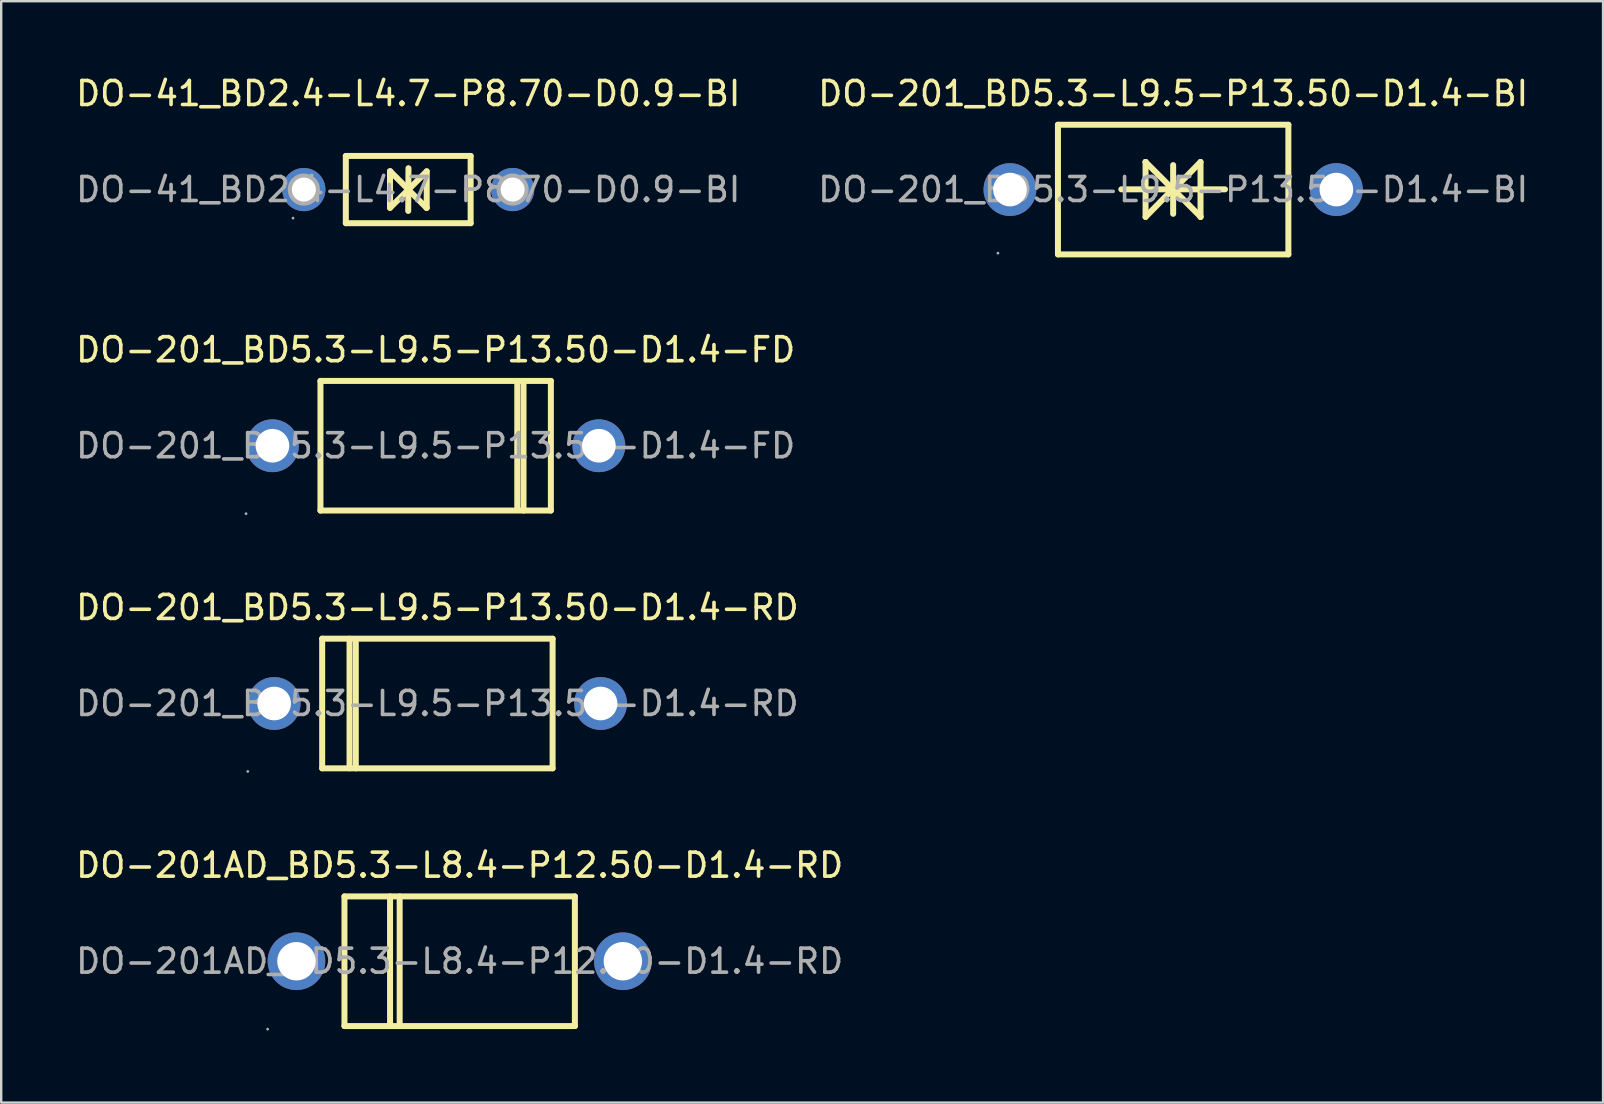
<source format=kicad_pcb>
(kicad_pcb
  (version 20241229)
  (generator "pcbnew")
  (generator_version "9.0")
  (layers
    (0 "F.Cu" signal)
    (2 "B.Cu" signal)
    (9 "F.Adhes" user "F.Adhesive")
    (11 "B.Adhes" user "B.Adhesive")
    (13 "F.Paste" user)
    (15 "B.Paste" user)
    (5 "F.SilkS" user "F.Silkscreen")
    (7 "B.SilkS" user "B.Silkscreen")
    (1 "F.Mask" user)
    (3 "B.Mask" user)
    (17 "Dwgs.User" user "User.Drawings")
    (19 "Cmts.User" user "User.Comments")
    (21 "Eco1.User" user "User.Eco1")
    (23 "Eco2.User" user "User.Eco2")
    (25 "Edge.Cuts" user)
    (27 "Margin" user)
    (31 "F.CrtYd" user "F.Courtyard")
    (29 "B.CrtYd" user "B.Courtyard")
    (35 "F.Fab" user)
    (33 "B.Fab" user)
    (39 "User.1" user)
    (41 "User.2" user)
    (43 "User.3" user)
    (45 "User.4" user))
  (footprint "DO-201_BD5.3-L9.5-P13.50-D1.4-RD"
    (layer "F.Cu")
    (at 15.173 26.26)
    (property "Reference" "DO-201_BD5.3-L9.5-P13.50-D1.4-RD" (at 0 -4 0) (layer "F.SilkS") (effects (font (size 1 1) (thickness 0.15))))
    (attr through_hole)
    (fp_line (start -4.8 -2.7) (end 4.8 -2.7) (stroke (width 0.25) (type solid)) (layer "F.SilkS"))
    (fp_line (start -4.8 2.7) (end -4.8 -2.7) (stroke (width 0.25) (type solid)) (layer "F.SilkS"))
    (fp_line (start -3.66 2.7) (end -3.66 -2.7) (stroke (width 0.25) (type solid)) (layer "F.SilkS"))
    (fp_line (start -3.4 2.7) (end -3.4 -2.54) (stroke (width 0.25) (type solid)) (layer "F.SilkS"))
    (fp_line (start 4.8 2.7) (end -4.8 2.7) (stroke (width 0.25) (type solid)) (layer "F.SilkS"))
    (fp_line (start 4.8 2.7) (end 4.8 -2.7) (stroke (width 0.25) (type solid)) (layer "F.SilkS"))
    (fp_circle (center -7.9 2.83) (end -7.87 2.83) (stroke (width 0.06) (type solid)) (fill no) (layer "F.Fab"))
    (fp_circle (center -6.8 0) (end -6.5 0) (stroke (width 0.6) (type solid)) (fill no) (layer "F.Fab"))
    (fp_circle (center 6.8 0) (end 7.1 0) (stroke (width 0.6) (type solid)) (fill no) (layer "F.Fab"))
    (fp_text user "${REFERENCE}" (at 0 0 0) (layer "F.Fab") (effects (font (size 1 1) (thickness 0.15))))
    (pad "1" thru_hole circle (at -6.8 0) (size 2.2 2.2) (drill 1.4) (layers "*.Cu" "*.Paste" "*.Mask"))
    (pad "2" thru_hole circle (at 6.8 0) (size 2.2 2.2) (drill 1.4) (layers "*.Cu" "*.Paste" "*.Mask")))
  (footprint "DO-201_BD5.3-L9.5-P13.50-D1.4-BI"
    (layer "F.Cu")
    (at 45.827 4.848)
    (property "Reference" "DO-201_BD5.3-L9.5-P13.50-D1.4-BI" (at 0 -4 0) (layer "F.SilkS") (effects (font (size 1 1) (thickness 0.15))))
    (attr through_hole)
    (fp_line (start -4.8 -2.7) (end -4.8 2.7) (stroke (width 0.25) (type solid)) (layer "F.SilkS"))
    (fp_line (start -4.8 -2.7) (end 4.8 -2.7) (stroke (width 0.25) (type solid)) (layer "F.SilkS"))
    (fp_line (start -2.16 -0.01) (end 2.16 -0.01) (stroke (width 0.25) (type solid)) (layer "F.SilkS"))
    (fp_line (start -1.15 -1.15) (end -1.15 -1.15) (stroke (width 0.25) (type solid)) (layer "F.SilkS"))
    (fp_line (start -1.15 -1.15) (end -1.15 1.14) (stroke (width 0.25) (type solid)) (layer "F.SilkS"))
    (fp_line (start 0 -1.02) (end 0 1.01) (stroke (width 0.25) (type solid)) (layer "F.SilkS"))
    (fp_line (start 0 -0.03) (end -1.15 1.14) (stroke (width 0.25) (type solid)) (layer "F.SilkS"))
    (fp_line (start 0 -0.01) (end 1.14 1.13) (stroke (width 0.25) (type solid)) (layer "F.SilkS"))
    (fp_line (start 0 0) (end -1.15 -1.15) (stroke (width 0.25) (type solid)) (layer "F.SilkS"))
    (fp_line (start 0 0.02) (end 1.14 -1.15) (stroke (width 0.25) (type solid)) (layer "F.SilkS"))
    (fp_line (start 1.14 1.13) (end 1.14 1.14) (stroke (width 0.25) (type solid)) (layer "F.SilkS"))
    (fp_line (start 1.14 1.14) (end 1.14 -1.15) (stroke (width 0.25) (type solid)) (layer "F.SilkS"))
    (fp_line (start 4.8 -2.7) (end 4.8 2.7) (stroke (width 0.25) (type solid)) (layer "F.SilkS"))
    (fp_line (start 4.8 2.7) (end -4.8 2.7) (stroke (width 0.25) (type solid)) (layer "F.SilkS"))
    (fp_circle (center -7.3 2.65) (end -7.27 2.65) (stroke (width 0.06) (type solid)) (fill no) (layer "F.Fab"))
    (fp_circle (center -6.8 0) (end -6.55 0) (stroke (width 0.5) (type solid)) (fill no) (layer "F.Fab"))
    (fp_circle (center 6.8 0) (end 7.05 0) (stroke (width 0.5) (type solid)) (fill no) (layer "F.Fab"))
    (fp_text user "${REFERENCE}" (at 0 0 0) (layer "F.Fab") (effects (font (size 1 1) (thickness 0.15))))
    (pad "1" thru_hole circle (at -6.8 0 180) (size 2.2 2.2) (drill 1.4) (layers "*.Cu" "*.Paste" "*.Mask"))
    (pad "2" thru_hole circle (at 6.8 0 180) (size 2.2 2.2) (drill 1.4) (layers "*.Cu" "*.Paste" "*.Mask")))
  (footprint "DO-201AD_BD5.3-L8.4-P12.50-D1.4-RD"
    (layer "F.Cu")
    (at 16.101 36.998)
    (property "Reference" "DO-201AD_BD5.3-L8.4-P12.50-D1.4-RD" (at 0 -4 0) (layer "F.SilkS") (effects (font (size 1 1) (thickness 0.15))))
    (attr through_hole)
    (fp_line (start -4.8 -2.7) (end -4.8 2.7) (stroke (width 0.25) (type solid)) (layer "F.SilkS"))
    (fp_line (start -4.8 -2.7) (end 4.8 -2.7) (stroke (width 0.25) (type solid)) (layer "F.SilkS"))
    (fp_line (start -2.9 -2.7) (end -2.9 2.7) (stroke (width 0.25) (type solid)) (layer "F.SilkS"))
    (fp_line (start -2.5 -2.7) (end -2.5 2.54) (stroke (width 0.25) (type solid)) (layer "F.SilkS"))
    (fp_line (start 4.8 -2.7) (end 4.8 2.7) (stroke (width 0.25) (type solid)) (layer "F.SilkS"))
    (fp_line (start 4.8 2.7) (end -4.8 2.7) (stroke (width 0.25) (type solid)) (layer "F.SilkS"))
    (fp_circle (center -8 2.83) (end -7.97 2.83) (stroke (width 0.06) (type solid)) (fill no) (layer "F.Fab"))
    (fp_circle (center -6.8 0) (end -6.45 0) (stroke (width 0.7) (type solid)) (fill no) (layer "F.Fab"))
    (fp_circle (center 6.8 0) (end 7.15 0) (stroke (width 0.7) (type solid)) (fill no) (layer "F.Fab"))
    (fp_text user "${REFERENCE}" (at 0 0 0) (layer "F.Fab") (effects (font (size 1 1) (thickness 0.15))))
    (pad "1" thru_hole circle (at -6.8 0 180) (size 2.4 2.4) (drill 1.6) (layers "*.Cu" "*.Paste" "*.Mask"))
    (pad "2" thru_hole circle (at 6.8 0 180) (size 2.4 2.4) (drill 1.6) (layers "*.Cu" "*.Paste" "*.Mask")))
  (footprint "DO-201_BD5.3-L9.5-P13.50-D1.4-FD"
    (layer "F.Cu")
    (at 15.101 15.521)
    (property "Reference" "DO-201_BD5.3-L9.5-P13.50-D1.4-FD" (at 0 -4 0) (layer "F.SilkS") (effects (font (size 1 1) (thickness 0.15))))
    (attr through_hole)
    (fp_line (start -4.8 -2.7) (end -4.8 2.7) (stroke (width 0.25) (type solid)) (layer "F.SilkS"))
    (fp_line (start -4.8 -2.7) (end 4.8 -2.7) (stroke (width 0.25) (type solid)) (layer "F.SilkS"))
    (fp_line (start 3.4 -2.7) (end 3.4 2.54) (stroke (width 0.25) (type solid)) (layer "F.SilkS"))
    (fp_line (start 3.66 -2.7) (end 3.66 2.7) (stroke (width 0.25) (type solid)) (layer "F.SilkS"))
    (fp_line (start 4.8 -2.7) (end 4.8 2.7) (stroke (width 0.25) (type solid)) (layer "F.SilkS"))
    (fp_line (start 4.8 2.7) (end -4.8 2.7) (stroke (width 0.25) (type solid)) (layer "F.SilkS"))
    (fp_circle (center -7.9 2.83) (end -7.87 2.83) (stroke (width 0.06) (type solid)) (fill no) (layer "F.Fab"))
    (fp_circle (center -6.8 0) (end -6.5 0) (stroke (width 0.6) (type solid)) (fill no) (layer "F.Fab"))
    (fp_circle (center 6.8 0) (end 7.1 0) (stroke (width 0.6) (type solid)) (fill no) (layer "F.Fab"))
    (fp_text user "${REFERENCE}" (at 0 0 0) (layer "F.Fab") (effects (font (size 1 1) (thickness 0.15))))
    (pad "1" thru_hole circle (at -6.8 0 180) (size 2.2 2.2) (drill 1.4) (layers "*.Cu" "*.Paste" "*.Mask"))
    (pad "2" thru_hole circle (at 6.8 0 180) (size 2.2 2.2) (drill 1.4) (layers "*.Cu" "*.Paste" "*.Mask")))
  (footprint "DO-41_BD2.4-L4.7-P8.70-D0.9-BI"
    (layer "F.Cu")
    (at 13.958 4.848)
    (property "Reference" "DO-41_BD2.4-L4.7-P8.70-D0.9-BI" (at 0 -4 0) (layer "F.SilkS") (effects (font (size 1 1) (thickness 0.15))))
    (attr through_hole)
    (fp_line (start -2.6 1.4) (end -2.6 -1.4) (stroke (width 0.25) (type solid)) (layer "F.SilkS"))
    (fp_line (start -0.76 -0.76) (end -0.76 0.76) (stroke (width 0.25) (type solid)) (layer "F.SilkS"))
    (fp_line (start -0.76 0.76) (end 0.01 0) (stroke (width 0.25) (type solid)) (layer "F.SilkS"))
    (fp_line (start -0.75 -0.76) (end -0.76 -0.76) (stroke (width 0.25) (type solid)) (layer "F.SilkS"))
    (fp_line (start 0 0) (end 0.76 0.76) (stroke (width 0.25) (type solid)) (layer "F.SilkS"))
    (fp_line (start 0 0.01) (end 0 0.1) (stroke (width 0.25) (type solid)) (layer "F.SilkS"))
    (fp_line (start 0 0.89) (end 0.01 -0.89) (stroke (width 0.25) (type solid)) (layer "F.SilkS"))
    (fp_line (start 0.01 0) (end -0.75 -0.76) (stroke (width 0.25) (type solid)) (layer "F.SilkS"))
    (fp_line (start 0.01 0) (end 0.01 -0.09) (stroke (width 0.25) (type solid)) (layer "F.SilkS"))
    (fp_line (start 0.76 0.76) (end 0.77 0.76) (stroke (width 0.25) (type solid)) (layer "F.SilkS"))
    (fp_line (start 0.77 -0.76) (end 0 0.01) (stroke (width 0.25) (type solid)) (layer "F.SilkS"))
    (fp_line (start 0.77 0.76) (end 0.77 -0.76) (stroke (width 0.25) (type solid)) (layer "F.SilkS"))
    (fp_line (start 2.6 -1.4) (end -2.6 -1.4) (stroke (width 0.25) (type solid)) (layer "F.SilkS"))
    (fp_line (start 2.6 1.4) (end -2.6 1.4) (stroke (width 0.25) (type solid)) (layer "F.SilkS"))
    (fp_line (start 2.6 1.4) (end 2.6 -1.4) (stroke (width 0.25) (type solid)) (layer "F.SilkS"))
    (fp_circle (center -4.8 1.19) (end -4.77 1.19) (stroke (width 0.06) (type solid)) (fill no) (layer "F.Fab"))
    (fp_circle (center -4.35 0) (end -4.13 0) (stroke (width 0.45) (type solid)) (fill no) (layer "F.Fab"))
    (fp_circle (center 4.35 0) (end 4.57 0) (stroke (width 0.45) (type solid)) (fill no) (layer "F.Fab"))
    (fp_text user "${REFERENCE}" (at 0 0 0) (layer "F.Fab") (effects (font (size 1 1) (thickness 0.15))))
    (pad "1" thru_hole circle (at -4.35 0 180) (size 1.8 1.8) (drill 1) (layers "*.Cu" "*.Paste" "*.Mask"))
    (pad "2" thru_hole circle (at 4.35 0 180) (size 1.8 1.8) (drill 1) (layers "*.Cu" "*.Paste" "*.Mask")))
  (gr_rect
    (start -3 -3)
    (end 63.738 42.888)
    (stroke (width 0.1) (type default))
    (fill no)
    (layer "Edge.Cuts")))
</source>
